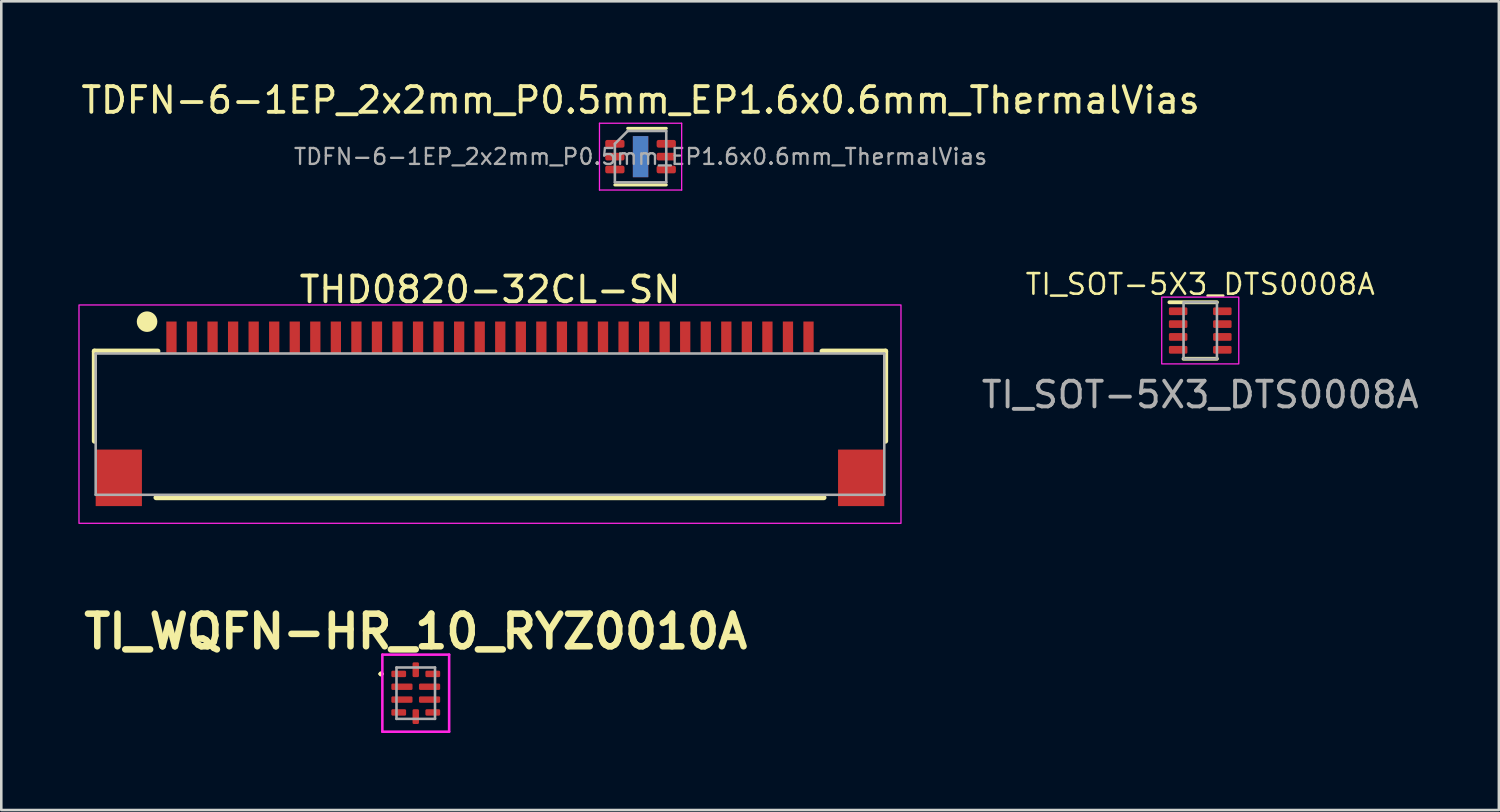
<source format=kicad_pcb>
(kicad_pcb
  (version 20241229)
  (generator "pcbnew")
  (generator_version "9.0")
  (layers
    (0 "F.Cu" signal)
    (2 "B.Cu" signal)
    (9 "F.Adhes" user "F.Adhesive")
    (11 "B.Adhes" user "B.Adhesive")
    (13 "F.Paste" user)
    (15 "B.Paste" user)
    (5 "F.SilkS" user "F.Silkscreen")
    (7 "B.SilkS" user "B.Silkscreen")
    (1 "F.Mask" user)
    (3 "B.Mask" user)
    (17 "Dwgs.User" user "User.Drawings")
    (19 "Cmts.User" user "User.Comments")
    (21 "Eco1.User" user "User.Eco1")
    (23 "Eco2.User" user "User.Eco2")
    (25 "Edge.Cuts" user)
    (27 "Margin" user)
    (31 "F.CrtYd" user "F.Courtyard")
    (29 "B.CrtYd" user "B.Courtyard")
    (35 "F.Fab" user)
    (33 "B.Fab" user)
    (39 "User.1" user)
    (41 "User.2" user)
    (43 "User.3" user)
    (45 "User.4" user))
  (footprint "TI_WQFN-HR_10_RYZ0010A"
    (layer "F.Cu")
    (at 13.135 23.935)
    (property "Reference" "TI_WQFN-HR_10_RYZ0010A" (at 0 -2.4 0) (layer "F.SilkS") (effects (font (size 1.27 1.27) (thickness 0.254))))
    (attr smd)
    (fp_line (start -1.4 -0.75) (end -1.4 -0.75) (stroke (width 0.1) (type solid)) (layer "F.SilkS"))
    (fp_line (start -1.3 -0.75) (end -1.3 -0.75) (stroke (width 0.1) (type solid)) (layer "F.SilkS"))
    (fp_arc (start -1.4 -0.75) (mid -1.35 -0.8) (end -1.3 -0.75) (stroke (width 0.1) (type solid)) (layer "F.SilkS"))
    (fp_arc (start -1.3 -0.75) (mid -1.35 -0.7) (end -1.4 -0.75) (stroke (width 0.1) (type solid)) (layer "F.SilkS"))
    (fp_line (start -1.3 -1.5) (end 1.3 -1.5) (stroke (width 0.1) (type solid)) (layer "F.CrtYd"))
    (fp_line (start -1.3 1.5) (end -1.3 -1.5) (stroke (width 0.1) (type solid)) (layer "F.CrtYd"))
    (fp_line (start 1.3 -1.5) (end 1.3 1.5) (stroke (width 0.1) (type solid)) (layer "F.CrtYd"))
    (fp_line (start 1.3 1.5) (end -1.3 1.5) (stroke (width 0.1) (type solid)) (layer "F.CrtYd"))
    (fp_line (start -0.75 -1) (end 0.75 -1) (stroke (width 0.1) (type solid)) (layer "F.Fab"))
    (fp_line (start -0.75 1) (end -0.75 -1) (stroke (width 0.1) (type solid)) (layer "F.Fab"))
    (fp_line (start 0.75 -1) (end 0.75 1) (stroke (width 0.1) (type solid)) (layer "F.Fab"))
    (fp_line (start 0.75 1) (end -0.75 1) (stroke (width 0.1) (type solid)) (layer "F.Fab"))
    (pad "1" smd roundrect (at -0.663 -0.75 90) (size 0.25 0.575) (layers "F.Cu" "F.Mask" "F.Paste") (roundrect_rratio 0.2))
    (pad "2" smd roundrect (at -0.538 -0.25 90) (size 0.25 0.825) (layers "F.Cu" "F.Mask" "F.Paste") (roundrect_rratio 0.2))
    (pad "3" smd roundrect (at -0.538 0.25 90) (size 0.25 0.825) (layers "F.Cu" "F.Mask" "F.Paste") (roundrect_rratio 0.2))
    (pad "4" smd roundrect (at -0.663 0.75 90) (size 0.25 0.575) (layers "F.Cu" "F.Mask" "F.Paste") (roundrect_rratio 0.2))
    (pad "5" smd roundrect (at 0 0.912) (size 0.25 0.575) (layers "F.Cu" "F.Mask" "F.Paste") (roundrect_rratio 0.2))
    (pad "6" smd roundrect (at 0.663 0.75 90) (size 0.25 0.575) (layers "F.Cu" "F.Mask" "F.Paste") (roundrect_rratio 0.2))
    (pad "7" smd roundrect (at 0.538 0.25 90) (size 0.25 0.825) (layers "F.Cu" "F.Mask" "F.Paste") (roundrect_rratio 0.2))
    (pad "8" smd roundrect (at 0.538 -0.25 90) (size 0.25 0.825) (layers "F.Cu" "F.Mask" "F.Paste") (roundrect_rratio 0.2))
    (pad "9" smd roundrect (at 0.663 -0.75 90) (size 0.25 0.575) (layers "F.Cu" "F.Mask" "F.Paste") (roundrect_rratio 0.2))
    (pad "10" smd roundrect (at 0 -0.913) (size 0.25 0.575) (layers "F.Cu" "F.Mask" "F.Paste") (roundrect_rratio 0.2)))
  (footprint "TDFN-6-1EP_2x2mm_P0.5mm_EP1.6x0.6mm_ThermalVias"
    (layer "F.Cu")
    (at 21.887 3.048)
    (property "Reference" "TDFN-6-1EP_2x2mm_P0.5mm_EP1.6x0.6mm_ThermalVias" (at 0 -2.2 0) (layer "F.SilkS") (effects (font (size 1 1) (thickness 0.15))))
    (attr smd)
    (fp_line (start -1 1.1) (end 1 1.1) (stroke (width 0.12) (type solid)) (layer "F.SilkS"))
    (fp_line (start -0.5 -1.1) (end 1 -1.1) (stroke (width 0.12) (type solid)) (layer "F.SilkS"))
    (fp_line (start -1.6 -1.3) (end -1.6 1.3) (stroke (width 0.05) (type solid)) (layer "F.CrtYd"))
    (fp_line (start -1.6 1.3) (end 1.6 1.3) (stroke (width 0.05) (type solid)) (layer "F.CrtYd"))
    (fp_line (start 1.6 -1.3) (end -1.6 -1.3) (stroke (width 0.05) (type solid)) (layer "F.CrtYd"))
    (fp_line (start 1.6 1.3) (end 1.6 -1.3) (stroke (width 0.05) (type solid)) (layer "F.CrtYd"))
    (fp_line (start -1 -0.5) (end -0.5 -1) (stroke (width 0.1) (type solid)) (layer "F.Fab"))
    (fp_line (start -1 1) (end -1 -0.5) (stroke (width 0.1) (type solid)) (layer "F.Fab"))
    (fp_line (start -0.5 -1) (end 1 -1) (stroke (width 0.1) (type solid)) (layer "F.Fab"))
    (fp_line (start 1 -1) (end 1 1) (stroke (width 0.1) (type solid)) (layer "F.Fab"))
    (fp_line (start 1 1) (end -1 1) (stroke (width 0.1) (type solid)) (layer "F.Fab"))
    (fp_text user "${REFERENCE}" (at 0 0 0) (layer "F.Fab") (effects (font (size 0.62 0.62) (thickness 0.09))))
    (pad "1" smd roundrect (at -1 -0.5) (size 0.75 0.3) (layers "F.Cu" "F.Mask" "F.Paste") (roundrect_rratio 0.25))
    (pad "2" smd roundrect (at -1 0) (size 0.75 0.3) (layers "F.Cu" "F.Mask" "F.Paste") (roundrect_rratio 0.25))
    (pad "3" smd roundrect (at -1 0.5) (size 0.75 0.3) (layers "F.Cu" "F.Mask" "F.Paste") (roundrect_rratio 0.25))
    (pad "4" smd roundrect (at 1 0.5) (size 0.75 0.3) (layers "F.Cu" "F.Mask" "F.Paste") (roundrect_rratio 0.25))
    (pad "5" smd roundrect (at 1 0) (size 0.75 0.3) (layers "F.Cu" "F.Mask" "F.Paste") (roundrect_rratio 0.25))
    (pad "6" smd roundrect (at 1 -0.5) (size 0.75 0.3) (layers "F.Cu" "F.Mask" "F.Paste") (roundrect_rratio 0.25))
    (pad "7" smd rect (at 0 0) (size 0.6 1.6) (property pad_prop_heatsink) (layers "F.Cu" "F.Mask" "F.Paste"))
    (pad "7" smd rect (at 0 0) (size 0.6 1.6) (property pad_prop_heatsink) (layers "B.Cu")))
  (footprint "TI_SOT-5X3_DTS0008A"
    (layer "F.Cu")
    (at 43.675 9.817)
    (property "Reference" "TI_SOT-5X3_DTS0008A" (at 0 -1.8 0) (unlocked yes) (layer "F.SilkS") (effects (font (size 0.8 0.8) (thickness 0.1))))
    (attr smd)
    (fp_line (start -1.2 -1.1) (end 0.65 -1.1) (stroke (width 0.15) (type default)) (layer "F.SilkS"))
    (fp_line (start -0.65 1.1) (end 0.65 1.1) (stroke (width 0.15) (type default)) (layer "F.SilkS"))
    (fp_rect (start -1.5 -1.3) (end 1.5 1.3) (stroke (width 0.05) (type default)) (fill no) (layer "F.CrtYd"))
    (fp_rect (start -0.65 -1.1) (end 0.65 1.1) (stroke (width 0.1) (type default)) (fill no) (layer "F.Fab"))
    (fp_text user "${REFERENCE}" (at 0 2.5 0) (unlocked yes) (layer "F.Fab") (effects (font (size 1 1) (thickness 0.15))))
    (pad "1" smd roundrect (at -0.86 -0.75) (size 0.72 0.3) (layers "F.Cu" "F.Mask" "F.Paste") (roundrect_rratio 0.167))
    (pad "2" smd roundrect (at -0.86 -0.25) (size 0.72 0.3) (layers "F.Cu" "F.Mask" "F.Paste") (roundrect_rratio 0.167))
    (pad "3" smd roundrect (at -0.86 0.25) (size 0.72 0.3) (layers "F.Cu" "F.Mask" "F.Paste") (roundrect_rratio 0.167))
    (pad "4" smd roundrect (at -0.86 0.75) (size 0.72 0.3) (layers "F.Cu" "F.Mask" "F.Paste") (roundrect_rratio 0.167))
    (pad "5" smd roundrect (at 0.86 0.75) (size 0.72 0.3) (layers "F.Cu" "F.Mask" "F.Paste") (roundrect_rratio 0.167))
    (pad "6" smd roundrect (at 0.86 0.25) (size 0.72 0.3) (layers "F.Cu" "F.Mask" "F.Paste") (roundrect_rratio 0.167))
    (pad "7" smd roundrect (at 0.86 -0.25) (size 0.72 0.3) (layers "F.Cu" "F.Mask" "F.Paste") (roundrect_rratio 0.167))
    (pad "8" smd roundrect (at 0.86 -0.75) (size 0.72 0.3) (layers "F.Cu" "F.Mask" "F.Paste") (roundrect_rratio 0.167)))
  (footprint "THD0820-32CL-SN"
    (layer "F.Cu")
    (at 16.025 12.822)
    (property "Reference" "THD0820-32CL-SN" (at 0 -4.6 0) (layer "F.SilkS") (effects (font (size 1 1) (thickness 0.15))))
    (attr smd)
    (fp_line (start -15.4 -2.2) (end -15.4 1.3) (stroke (width 0.2) (type default)) (layer "F.SilkS"))
    (fp_line (start -15.4 -2.2) (end -12.931 -2.2) (stroke (width 0.2) (type default)) (layer "F.SilkS"))
    (fp_line (start -13 3.5) (end 13 3.5) (stroke (width 0.2) (type default)) (layer "F.SilkS"))
    (fp_line (start 12.931 -2.2) (end 15.4 -2.2) (stroke (width 0.2) (type default)) (layer "F.SilkS"))
    (fp_line (start 15.4 -2.2) (end 15.4 1.3) (stroke (width 0.2) (type default)) (layer "F.SilkS"))
    (fp_circle (center -13.35 -3.35) (end -13.15 -3.35) (stroke (width 0.4) (type default)) (fill no) (layer "F.SilkS"))
    (fp_rect (start -16 -4) (end 16 4.5) (stroke (width 0.05) (type default)) (fill no) (layer "F.CrtYd"))
    (fp_line (start -15.35 -2.11) (end 15.35 -2.11) (stroke (width 0.1) (type default)) (layer "F.Fab"))
    (fp_line (start -15.35 3.39) (end -15.35 -2.11) (stroke (width 0.1) (type default)) (layer "F.Fab"))
    (fp_line (start 15.35 -2.11) (end 15.35 3.39) (stroke (width 0.1) (type default)) (layer "F.Fab"))
    (fp_line (start 15.35 3.39) (end -15.35 3.39) (stroke (width 0.1) (type default)) (layer "F.Fab"))
    (pad "1" smd rect (at -12.4 -2.73) (size 0.4 1.25) (layers "F.Cu" "F.Mask" "F.Paste"))
    (pad "2" smd rect (at -11.6 -2.73) (size 0.4 1.25) (layers "F.Cu" "F.Mask" "F.Paste"))
    (pad "3" smd rect (at -10.8 -2.73) (size 0.4 1.25) (layers "F.Cu" "F.Mask" "F.Paste"))
    (pad "4" smd rect (at -10 -2.73) (size 0.4 1.25) (layers "F.Cu" "F.Mask" "F.Paste"))
    (pad "5" smd rect (at -9.2 -2.73) (size 0.4 1.25) (layers "F.Cu" "F.Mask" "F.Paste"))
    (pad "6" smd rect (at -8.4 -2.73) (size 0.4 1.25) (layers "F.Cu" "F.Mask" "F.Paste"))
    (pad "7" smd rect (at -7.6 -2.73) (size 0.4 1.25) (layers "F.Cu" "F.Mask" "F.Paste"))
    (pad "8" smd rect (at -6.8 -2.73) (size 0.4 1.25) (layers "F.Cu" "F.Mask" "F.Paste"))
    (pad "9" smd rect (at -6 -2.73) (size 0.4 1.25) (layers "F.Cu" "F.Mask" "F.Paste"))
    (pad "10" smd rect (at -5.2 -2.73) (size 0.4 1.25) (layers "F.Cu" "F.Mask" "F.Paste"))
    (pad "11" smd rect (at -4.4 -2.73) (size 0.4 1.25) (layers "F.Cu" "F.Mask" "F.Paste"))
    (pad "12" smd rect (at -3.6 -2.73) (size 0.4 1.25) (layers "F.Cu" "F.Mask" "F.Paste"))
    (pad "13" smd rect (at -2.8 -2.73) (size 0.4 1.25) (layers "F.Cu" "F.Mask" "F.Paste"))
    (pad "14" smd rect (at -2 -2.73) (size 0.4 1.25) (layers "F.Cu" "F.Mask" "F.Paste"))
    (pad "15" smd rect (at -1.2 -2.73) (size 0.4 1.25) (layers "F.Cu" "F.Mask" "F.Paste"))
    (pad "16" smd rect (at -0.4 -2.73) (size 0.4 1.25) (layers "F.Cu" "F.Mask" "F.Paste"))
    (pad "17" smd rect (at 0.4 -2.73) (size 0.4 1.25) (layers "F.Cu" "F.Mask" "F.Paste"))
    (pad "18" smd rect (at 1.2 -2.73) (size 0.4 1.25) (layers "F.Cu" "F.Mask" "F.Paste"))
    (pad "19" smd rect (at 2 -2.73) (size 0.4 1.25) (layers "F.Cu" "F.Mask" "F.Paste"))
    (pad "20" smd rect (at 2.8 -2.73) (size 0.4 1.25) (layers "F.Cu" "F.Mask" "F.Paste"))
    (pad "21" smd rect (at 3.6 -2.73) (size 0.4 1.25) (layers "F.Cu" "F.Mask" "F.Paste"))
    (pad "22" smd rect (at 4.4 -2.73) (size 0.4 1.25) (layers "F.Cu" "F.Mask" "F.Paste"))
    (pad "23" smd rect (at 5.2 -2.73) (size 0.4 1.25) (layers "F.Cu" "F.Mask" "F.Paste"))
    (pad "24" smd rect (at 6 -2.73) (size 0.4 1.25) (layers "F.Cu" "F.Mask" "F.Paste"))
    (pad "25" smd rect (at 6.8 -2.73) (size 0.4 1.25) (layers "F.Cu" "F.Mask" "F.Paste"))
    (pad "26" smd rect (at 7.6 -2.73) (size 0.4 1.25) (layers "F.Cu" "F.Mask" "F.Paste"))
    (pad "27" smd rect (at 8.4 -2.73) (size 0.4 1.25) (layers "F.Cu" "F.Mask" "F.Paste"))
    (pad "28" smd rect (at 9.2 -2.73) (size 0.4 1.25) (layers "F.Cu" "F.Mask" "F.Paste"))
    (pad "29" smd rect (at 10 -2.73) (size 0.4 1.25) (layers "F.Cu" "F.Mask" "F.Paste"))
    (pad "30" smd rect (at 10.8 -2.73) (size 0.4 1.25) (layers "F.Cu" "F.Mask" "F.Paste"))
    (pad "31" smd rect (at 11.6 -2.73) (size 0.4 1.25) (layers "F.Cu" "F.Mask" "F.Paste"))
    (pad "32" smd rect (at 12.4 -2.73) (size 0.4 1.25) (layers "F.Cu" "F.Mask" "F.Paste"))
    (pad "33" smd rect (at 14.45 2.73) (size 1.8 2.2) (layers "F.Cu" "F.Mask" "F.Paste"))
    (pad "34" smd rect (at -14.45 2.73) (size 1.8 2.2) (layers "F.Cu" "F.Mask" "F.Paste")))
  (gr_rect
    (start -3 -3)
    (end 55.3 28.485)
    (stroke (width 0.1) (type default))
    (fill no)
    (layer "Edge.Cuts")))
</source>
